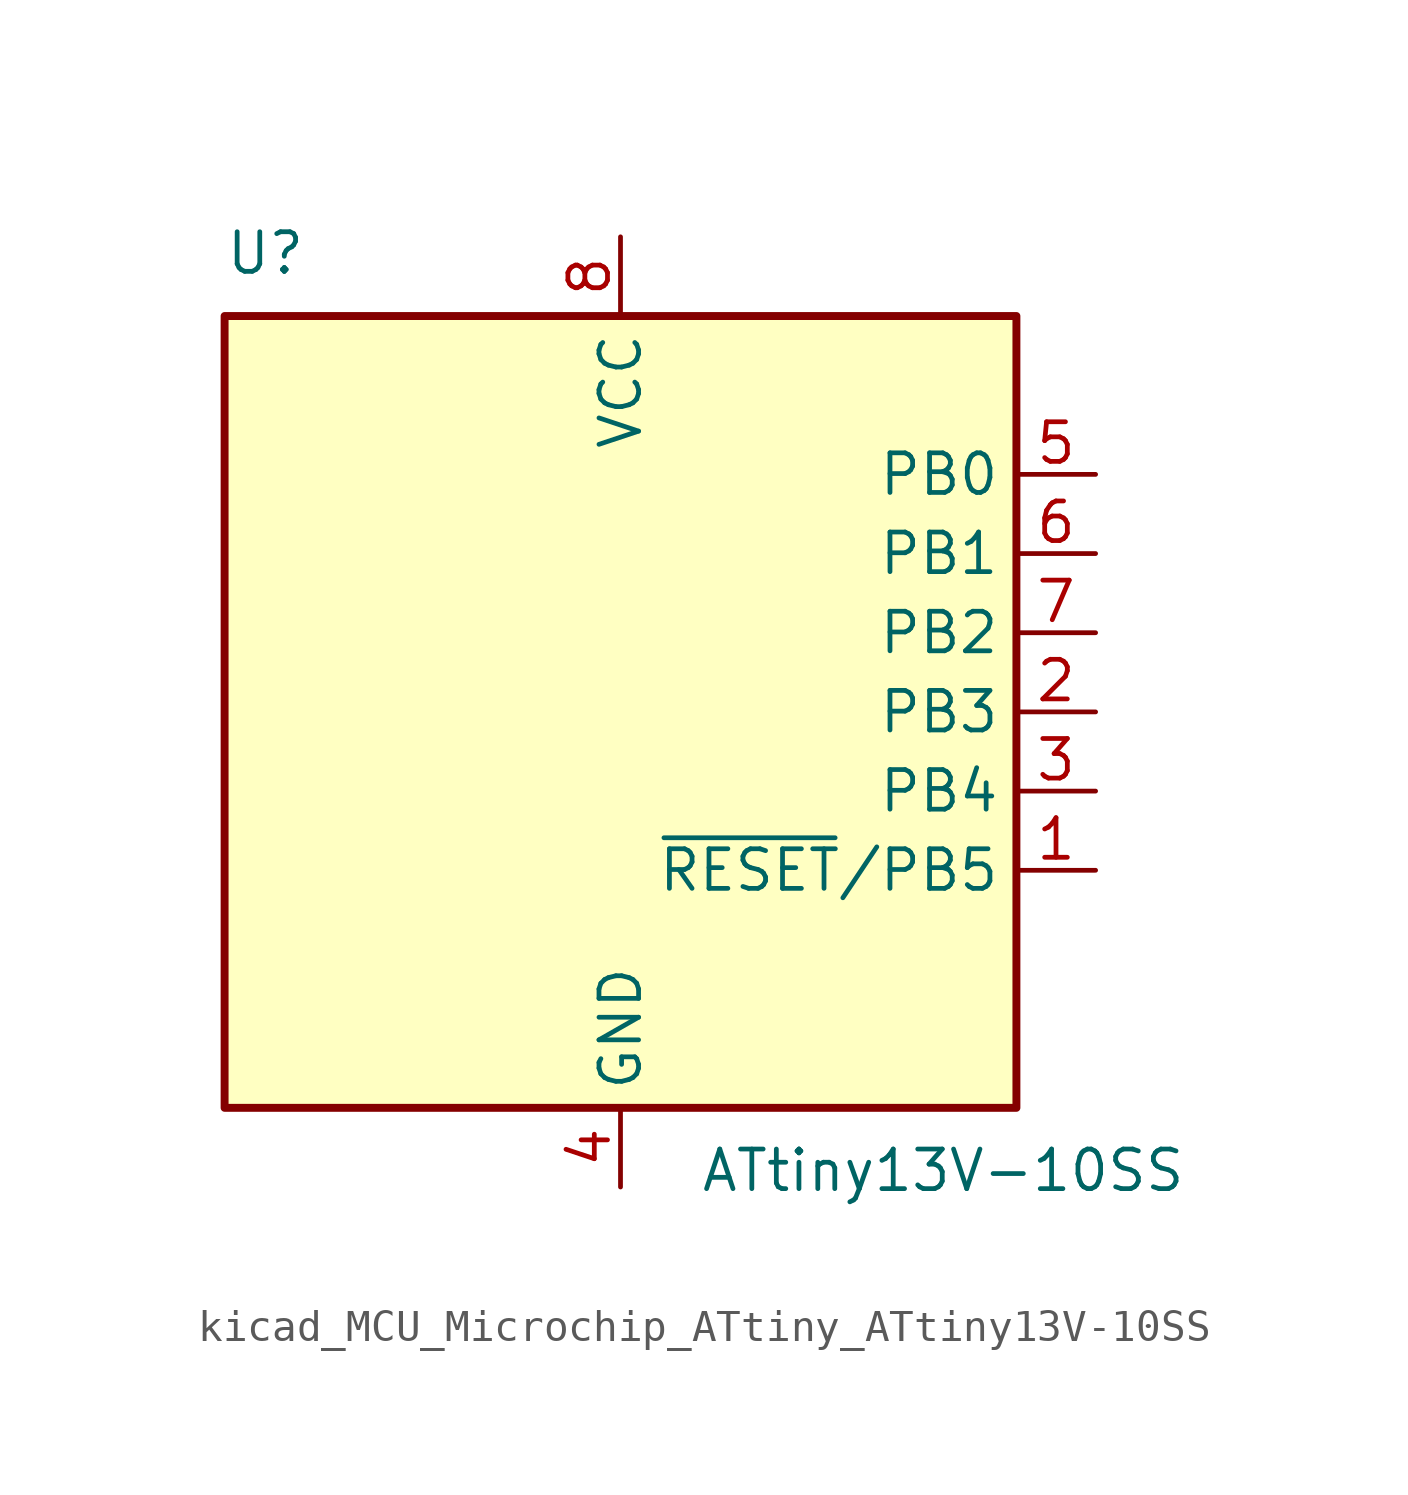
<source format=kicad_sym>
(kicad_symbol_lib
  (version 20220914)
  (generator kicad_symbol_editor)
  (symbol "kicad_MCU_Microchip_ATtiny_ATtiny13V-10SS"
    (property "Reference" "U"
      (at -12.7 13.97 0)
      (effects (font (size 1.27 1.27)) (justify left bottom)))
    (property "Value" "ATtiny13V-10SS"
      (at 2.54 -13.97 0)
      (effects (font (size 1.27 1.27)) (justify left top)))
    (symbol "kicad_MCU_Microchip_ATtiny_ATtiny13V-10SS_0_1"
      (rectangle (start -12.7 -12.7) (end 12.7 12.7) (stroke (width 0.254) (type default)) (fill (type background))))
    (symbol "kicad_MCU_Microchip_ATtiny_ATtiny13V-10SS_1_1"
      (pin bidirectional line (at 15.24 -5.08 180) (length 2.54) (name "~{RESET}/PB5" (effects (font (size 1.27 1.27)))) (number "1" (effects (font (size 1.27 1.27)))))
      (pin bidirectional line (at 15.24 0 180) (length 2.54) (name "PB3" (effects (font (size 1.27 1.27)))) (number "2" (effects (font (size 1.27 1.27)))))
      (pin bidirectional line (at 15.24 -2.54 180) (length 2.54) (name "PB4" (effects (font (size 1.27 1.27)))) (number "3" (effects (font (size 1.27 1.27)))))
      (pin power_in line (at 0 -15.24 90) (length 2.54) (name "GND" (effects (font (size 1.27 1.27)))) (number "4" (effects (font (size 1.27 1.27)))))
      (pin bidirectional line (at 15.24 7.62 180) (length 2.54) (name "PB0" (effects (font (size 1.27 1.27)))) (number "5" (effects (font (size 1.27 1.27)))))
      (pin bidirectional line (at 15.24 5.08 180) (length 2.54) (name "PB1" (effects (font (size 1.27 1.27)))) (number "6" (effects (font (size 1.27 1.27)))))
      (pin bidirectional line (at 15.24 2.54 180) (length 2.54) (name "PB2" (effects (font (size 1.27 1.27)))) (number "7" (effects (font (size 1.27 1.27)))))
      (pin power_in line (at 0 15.24 270) (length 2.54) (name "VCC" (effects (font (size 1.27 1.27)))) (number "8" (effects (font (size 1.27 1.27))))))))
</source>
